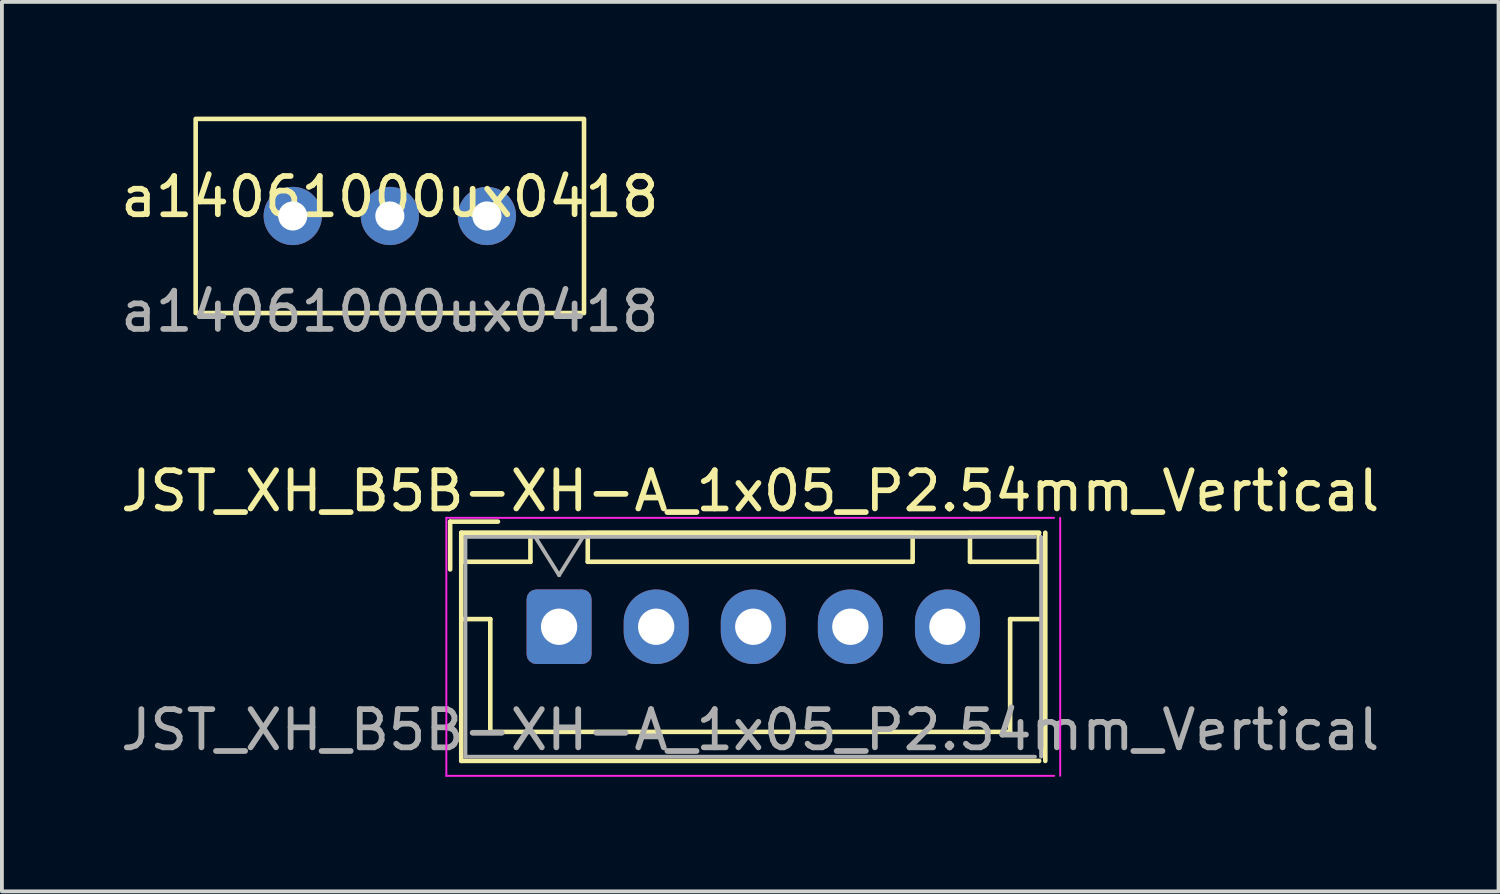
<source format=kicad_pcb>
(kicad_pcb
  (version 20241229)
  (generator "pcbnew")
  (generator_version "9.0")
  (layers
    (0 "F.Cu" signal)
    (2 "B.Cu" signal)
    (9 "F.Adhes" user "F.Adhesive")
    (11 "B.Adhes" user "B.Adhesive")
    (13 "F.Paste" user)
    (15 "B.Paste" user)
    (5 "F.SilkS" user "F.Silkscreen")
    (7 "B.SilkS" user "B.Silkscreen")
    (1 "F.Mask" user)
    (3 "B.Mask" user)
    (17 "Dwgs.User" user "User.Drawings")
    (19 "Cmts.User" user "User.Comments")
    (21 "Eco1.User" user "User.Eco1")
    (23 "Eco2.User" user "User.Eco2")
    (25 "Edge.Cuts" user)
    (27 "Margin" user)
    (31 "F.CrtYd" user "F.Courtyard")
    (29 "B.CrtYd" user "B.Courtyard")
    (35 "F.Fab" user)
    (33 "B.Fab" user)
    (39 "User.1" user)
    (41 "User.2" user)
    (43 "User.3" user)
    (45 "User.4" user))
  (footprint "JST_XH_B5B-XH-A_1x05_P2.54mm_Vertical"
    (layer "F.Cu")
    (at 11.577 13.347)
    (property "Reference" "JST_XH_B5B-XH-A_1x05_P2.54mm_Vertical" (at 5 -3.55 0) (layer "F.SilkS") (effects (font (size 1 1) (thickness 0.15))))
    (attr through_hole)
    (fp_line (start -2.85 -2.75) (end -2.85 -1.5) (stroke (width 0.12) (type solid)) (layer "F.SilkS"))
    (fp_line (start -2.56 -2.46) (end -2.56 3.51) (stroke (width 0.12) (type solid)) (layer "F.SilkS"))
    (fp_line (start -2.56 3.51) (end 12.56 3.51) (stroke (width 0.12) (type solid)) (layer "F.SilkS"))
    (fp_line (start -2.55 -2.45) (end -2.55 -1.7) (stroke (width 0.12) (type solid)) (layer "F.SilkS"))
    (fp_line (start -2.55 -1.7) (end -0.75 -1.7) (stroke (width 0.12) (type solid)) (layer "F.SilkS"))
    (fp_line (start -2.55 -0.2) (end -1.8 -0.2) (stroke (width 0.12) (type solid)) (layer "F.SilkS"))
    (fp_line (start -1.8 -0.2) (end -1.8 2.75) (stroke (width 0.12) (type solid)) (layer "F.SilkS"))
    (fp_line (start -1.8 2.75) (end 5 2.75) (stroke (width 0.12) (type solid)) (layer "F.SilkS"))
    (fp_line (start -1.6 -2.75) (end -2.85 -2.75) (stroke (width 0.12) (type solid)) (layer "F.SilkS"))
    (fp_line (start -0.75 -2.45) (end -2.55 -2.45) (stroke (width 0.12) (type solid)) (layer "F.SilkS"))
    (fp_line (start -0.75 -1.7) (end -0.75 -2.45) (stroke (width 0.12) (type solid)) (layer "F.SilkS"))
    (fp_line (start 0.75 -2.45) (end 0.75 -1.7) (stroke (width 0.12) (type solid)) (layer "F.SilkS"))
    (fp_line (start 0.75 -1.7) (end 9.25 -1.7) (stroke (width 0.12) (type solid)) (layer "F.SilkS"))
    (fp_line (start 9.25 -2.45) (end 0.75 -2.45) (stroke (width 0.12) (type solid)) (layer "F.SilkS"))
    (fp_line (start 9.25 -1.7) (end 9.25 -2.45) (stroke (width 0.12) (type solid)) (layer "F.SilkS"))
    (fp_line (start 10.75 -2.45) (end 10.75 -1.7) (stroke (width 0.12) (type solid)) (layer "F.SilkS"))
    (fp_line (start 10.75 -1.7) (end 12.55 -1.7) (stroke (width 0.12) (type solid)) (layer "F.SilkS"))
    (fp_line (start 11.8 -0.2) (end 11.8 2.75) (stroke (width 0.12) (type solid)) (layer "F.SilkS"))
    (fp_line (start 11.8 2.75) (end 5 2.75) (stroke (width 0.12) (type solid)) (layer "F.SilkS"))
    (fp_line (start 12.55 -2.45) (end 10.75 -2.45) (stroke (width 0.12) (type solid)) (layer "F.SilkS"))
    (fp_line (start 12.55 -1.7) (end 12.55 -2.45) (stroke (width 0.12) (type solid)) (layer "F.SilkS"))
    (fp_line (start 12.55 -0.2) (end 11.8 -0.2) (stroke (width 0.12) (type solid)) (layer "F.SilkS"))
    (fp_line (start 12.56 -2.46) (end -2.56 -2.46) (stroke (width 0.12) (type solid)) (layer "F.SilkS"))
    (fp_line (start 12.72 3.51) (end 12.72 -2.46) (stroke (width 0.12) (type solid)) (layer "F.SilkS"))
    (fp_line (start -2.95 -2.85) (end -2.95 3.9) (stroke (width 0.05) (type solid)) (layer "F.CrtYd"))
    (fp_line (start -2.95 3.9) (end 12.95 3.9) (stroke (width 0.05) (type solid)) (layer "F.CrtYd"))
    (fp_line (start 12.95 -2.85) (end -2.95 -2.85) (stroke (width 0.05) (type solid)) (layer "F.CrtYd"))
    (fp_line (start 13.11 3.9) (end 13.11 -2.85) (stroke (width 0.05) (type solid)) (layer "F.CrtYd"))
    (fp_line (start -2.45 -2.35) (end -2.45 3.4) (stroke (width 0.1) (type solid)) (layer "F.Fab"))
    (fp_line (start -2.45 3.4) (end 12.45 3.4) (stroke (width 0.1) (type solid)) (layer "F.Fab"))
    (fp_line (start -0.625 -2.35) (end 0 -1.35) (stroke (width 0.1) (type solid)) (layer "F.Fab"))
    (fp_line (start 0 -1.35) (end 0.625 -2.35) (stroke (width 0.1) (type solid)) (layer "F.Fab"))
    (fp_line (start 12.45 -2.35) (end -2.45 -2.35) (stroke (width 0.1) (type solid)) (layer "F.Fab"))
    (fp_line (start 12.61 3.4) (end 12.61 -2.35) (stroke (width 0.1) (type solid)) (layer "F.Fab"))
    (fp_text user "${REFERENCE}" (at 5 2.7 0) (layer "F.Fab") (effects (font (size 1 1) (thickness 0.15))))
    (pad "1" thru_hole roundrect (at 0 0) (size 1.7 1.95) (drill 0.95) (layers "*.Cu" "*.Mask") (roundrect_rratio 0.147))
    (pad "2" thru_hole oval (at 2.54 0) (size 1.7 1.95) (drill 0.95) (layers "*.Cu" "*.Mask"))
    (pad "3" thru_hole oval (at 5.08 0) (size 1.7 1.95) (drill 0.95) (layers "*.Cu" "*.Mask"))
    (pad "4" thru_hole oval (at 7.62 0) (size 1.7 1.95) (drill 0.95) (layers "*.Cu" "*.Mask"))
    (pad "5" thru_hole oval (at 10.16 0) (size 1.7 1.95) (drill 0.95) (layers "*.Cu" "*.Mask")))
  (footprint "a14061000ux0418"
    (layer "F.Cu")
    (at 7.149 2.6)
    (property "Reference" "a14061000ux0418" (at 0 -0.5 0) (unlocked yes) (layer "F.SilkS") (effects (font (size 1 1) (thickness 0.15))))
    (attr through_hole)
    (fp_rect (start 5.08 2.54) (end -5.08 -2.54) (stroke (width 0.12) (type solid)) (fill no) (layer "F.SilkS"))
    (fp_text user "${REFERENCE}" (at 0 2.5 0) (unlocked yes) (layer "F.Fab") (effects (font (size 1 1) (thickness 0.15))))
    (pad "1" thru_hole circle (at -2.54 0) (size 1.524 1.524) (drill 0.762) (layers "*.Cu" "*.Mask"))
    (pad "2" thru_hole circle (at 0 0) (size 1.524 1.524) (drill 0.762) (layers "*.Cu" "*.Mask"))
    (pad "3" thru_hole circle (at 2.54 0) (size 1.524 1.524) (drill 0.762) (layers "*.Cu" "*.Mask")))
  (gr_rect
    (start -3 -3)
    (end 36.155 20.271)
    (stroke (width 0.1) (type default))
    (fill no)
    (layer "Edge.Cuts")))
</source>
